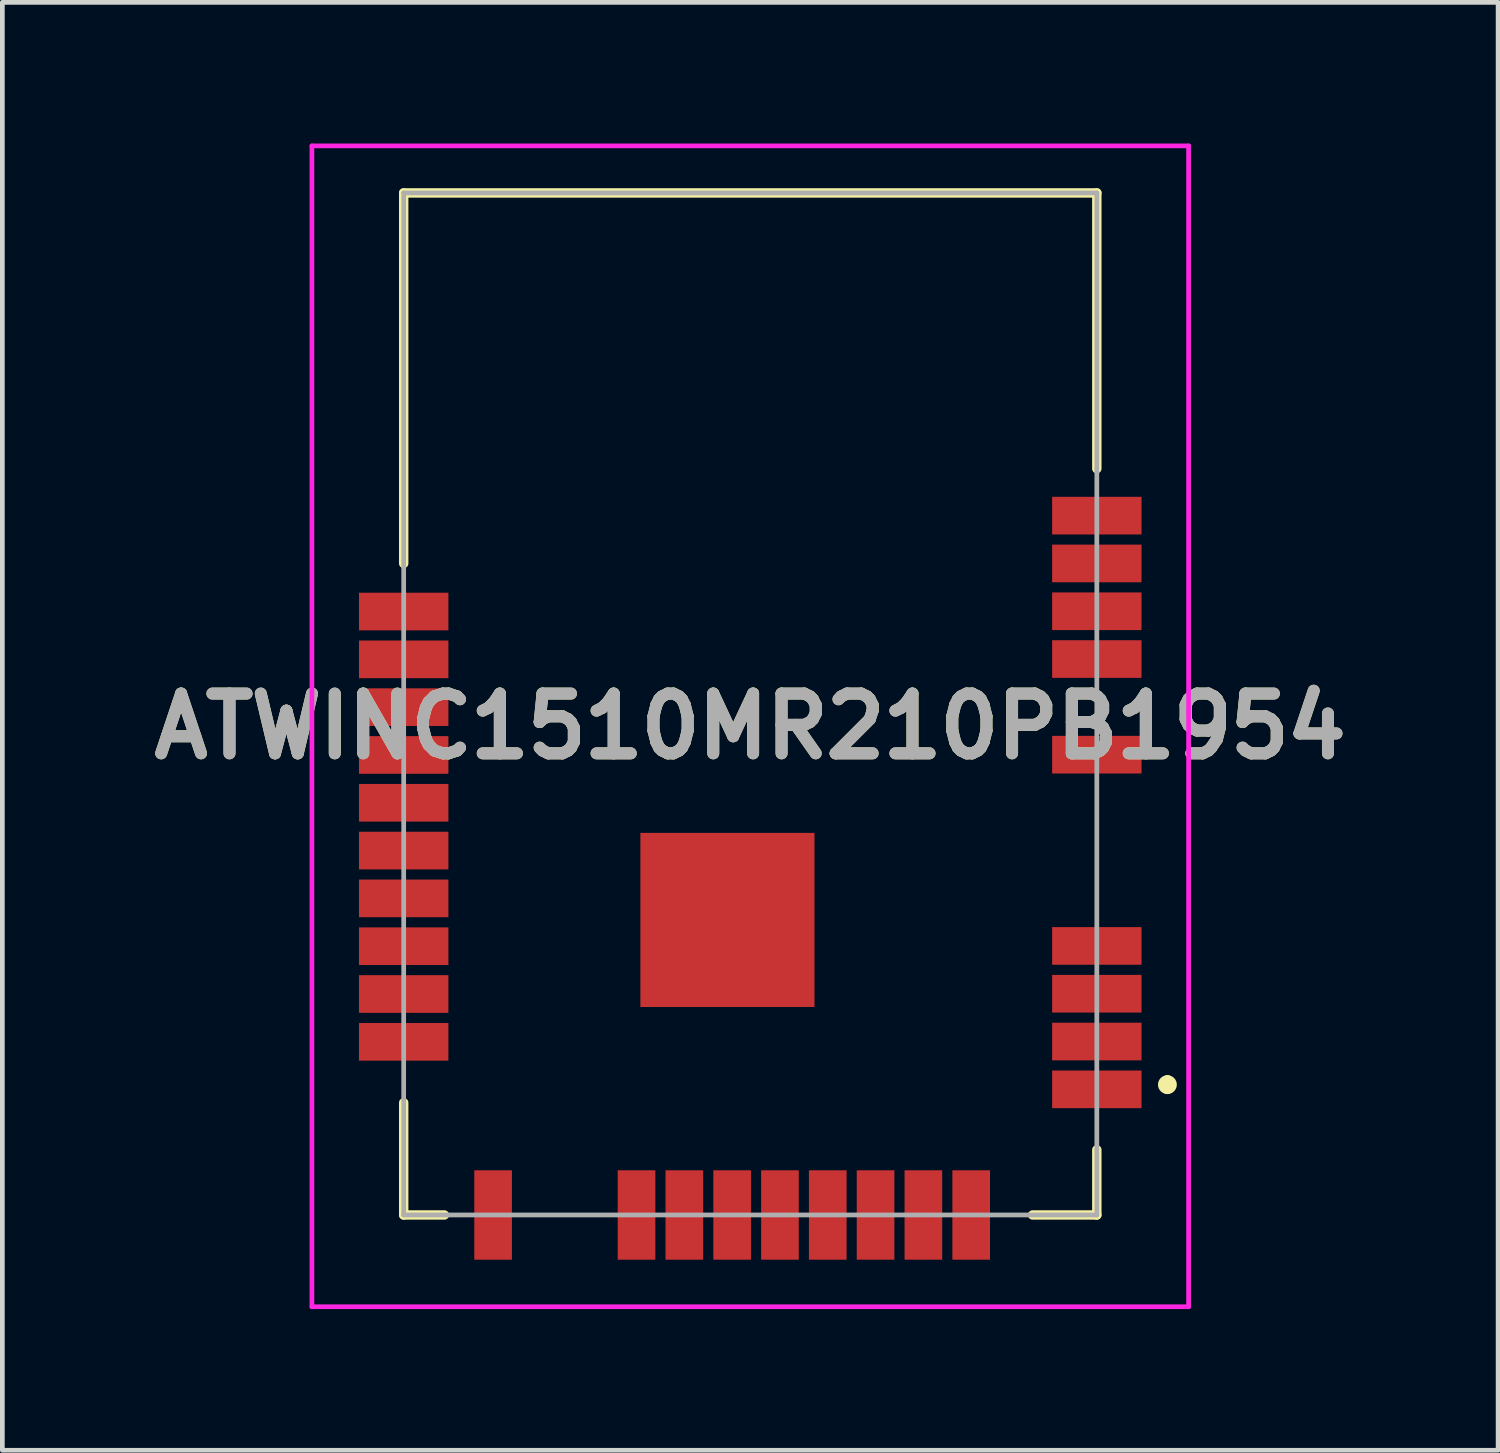
<source format=kicad_pcb>
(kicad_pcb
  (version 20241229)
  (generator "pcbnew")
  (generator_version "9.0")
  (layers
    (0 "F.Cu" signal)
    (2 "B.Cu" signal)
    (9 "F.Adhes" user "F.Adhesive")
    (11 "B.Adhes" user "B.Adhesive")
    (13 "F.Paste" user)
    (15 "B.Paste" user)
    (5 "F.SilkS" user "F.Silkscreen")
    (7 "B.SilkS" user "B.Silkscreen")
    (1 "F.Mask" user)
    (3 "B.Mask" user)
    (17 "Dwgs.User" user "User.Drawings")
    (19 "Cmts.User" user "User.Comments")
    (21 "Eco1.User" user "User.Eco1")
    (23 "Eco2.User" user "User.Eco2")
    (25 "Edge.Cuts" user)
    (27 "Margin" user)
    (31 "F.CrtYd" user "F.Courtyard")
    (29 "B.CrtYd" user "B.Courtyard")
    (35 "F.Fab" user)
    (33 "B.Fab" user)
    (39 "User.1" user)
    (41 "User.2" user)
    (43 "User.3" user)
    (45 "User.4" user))
  (footprint "ATWINC1510MR210PB1954"
    (layer "F.Cu")
    (at 12.894 12.385)
    (property "Reference" "ATWINC1510MR210PB1954" (at 0 0 0) (layer "F.SilkS") (effects (font (size 1.27 1.27) (thickness 0.254))))
    (attr smd)
    (fp_line (start -7.365 -11.335) (end -7.365 -3.461) (stroke (width 0.2) (type solid)) (layer "F.SilkS"))
    (fp_line (start -7.365 10.385) (end -7.365 8) (stroke (width 0.2) (type solid)) (layer "F.SilkS"))
    (fp_line (start -6.5 10.385) (end -7.365 10.385) (stroke (width 0.2) (type solid)) (layer "F.SilkS"))
    (fp_line (start 6 10.385) (end 7.365 10.385) (stroke (width 0.2) (type solid)) (layer "F.SilkS"))
    (fp_line (start 7.365 -11.335) (end -7.365 -11.335) (stroke (width 0.2) (type solid)) (layer "F.SilkS"))
    (fp_line (start 7.365 -5.475) (end 7.365 -11.335) (stroke (width 0.2) (type solid)) (layer "F.SilkS"))
    (fp_line (start 7.365 10.385) (end 7.365 9) (stroke (width 0.2) (type solid)) (layer "F.SilkS"))
    (fp_line (start 8.865 7.515) (end 8.865 7.515) (stroke (width 0.2) (type solid)) (layer "F.SilkS"))
    (fp_line (start 8.865 7.715) (end 8.865 7.715) (stroke (width 0.2) (type solid)) (layer "F.SilkS"))
    (fp_arc (start 8.865 7.515) (mid 8.965 7.615) (end 8.865 7.715) (stroke (width 0.2) (type solid)) (layer "F.SilkS"))
    (fp_arc (start 8.865 7.715) (mid 8.765 7.615) (end 8.865 7.515) (stroke (width 0.2) (type solid)) (layer "F.SilkS"))
    (fp_line (start -9.315 -12.335) (end 9.315 -12.335) (stroke (width 0.1) (type solid)) (layer "F.CrtYd"))
    (fp_line (start -9.315 12.335) (end -9.315 -12.335) (stroke (width 0.1) (type solid)) (layer "F.CrtYd"))
    (fp_line (start 9.315 -12.335) (end 9.315 12.335) (stroke (width 0.1) (type solid)) (layer "F.CrtYd"))
    (fp_line (start 9.315 12.335) (end -9.315 12.335) (stroke (width 0.1) (type solid)) (layer "F.CrtYd"))
    (fp_line (start -7.365 -11.335) (end 7.365 -11.335) (stroke (width 0.1) (type solid)) (layer "F.Fab"))
    (fp_line (start -7.365 10.385) (end -7.365 -11.335) (stroke (width 0.1) (type solid)) (layer "F.Fab"))
    (fp_line (start 7.365 -11.335) (end 7.365 10.385) (stroke (width 0.1) (type solid)) (layer "F.Fab"))
    (fp_line (start 7.365 10.385) (end -7.365 10.385) (stroke (width 0.1) (type solid)) (layer "F.Fab"))
    (fp_text user "${REFERENCE}" (at 0 0 0) (layer "F.Fab") (effects (font (size 1.27 1.27) (thickness 0.254))))
    (pad "1" smd rect (at 7.365 7.715 90) (size 0.8 1.9) (layers "F.Cu" "F.Mask" "F.Paste"))
    (pad "2" smd rect (at 7.365 6.699 90) (size 0.8 1.9) (layers "F.Cu" "F.Mask" "F.Paste"))
    (pad "3" smd rect (at 7.365 5.683 90) (size 0.8 1.9) (layers "F.Cu" "F.Mask" "F.Paste"))
    (pad "4" smd rect (at 7.365 4.667 90) (size 0.8 1.9) (layers "F.Cu" "F.Mask" "F.Paste"))
    (pad "5" smd rect (at 7.365 0.603 90) (size 0.8 1.9) (layers "F.Cu" "F.Mask" "F.Paste"))
    (pad "6" smd rect (at 7.365 -1.429 90) (size 0.8 1.9) (layers "F.Cu" "F.Mask" "F.Paste"))
    (pad "7" smd rect (at 7.365 -2.445 90) (size 0.8 1.9) (layers "F.Cu" "F.Mask" "F.Paste"))
    (pad "8" smd rect (at 7.365 -3.461 90) (size 0.8 1.9) (layers "F.Cu" "F.Mask" "F.Paste"))
    (pad "9" smd rect (at 7.365 -4.477 90) (size 0.8 1.9) (layers "F.Cu" "F.Mask" "F.Paste"))
    (pad "10" smd rect (at -7.365 -2.439 90) (size 0.8 1.9) (layers "F.Cu" "F.Mask" "F.Paste"))
    (pad "11" smd rect (at -7.365 -1.423 90) (size 0.8 1.9) (layers "F.Cu" "F.Mask" "F.Paste"))
    (pad "12" smd rect (at -7.365 -0.407 90) (size 0.8 1.9) (layers "F.Cu" "F.Mask" "F.Paste"))
    (pad "13" smd rect (at -7.365 0.609 90) (size 0.8 1.9) (layers "F.Cu" "F.Mask" "F.Paste"))
    (pad "14" smd rect (at -7.365 1.625 90) (size 0.8 1.9) (layers "F.Cu" "F.Mask" "F.Paste"))
    (pad "15" smd rect (at -7.365 2.641 90) (size 0.8 1.9) (layers "F.Cu" "F.Mask" "F.Paste"))
    (pad "16" smd rect (at -7.365 3.657 90) (size 0.8 1.9) (layers "F.Cu" "F.Mask" "F.Paste"))
    (pad "17" smd rect (at -7.365 4.673 90) (size 0.8 1.9) (layers "F.Cu" "F.Mask" "F.Paste"))
    (pad "18" smd rect (at -7.365 5.689 90) (size 0.8 1.9) (layers "F.Cu" "F.Mask" "F.Paste"))
    (pad "19" smd rect (at -7.365 6.705 90) (size 0.8 1.9) (layers "F.Cu" "F.Mask" "F.Paste"))
    (pad "20" smd rect (at -5.465 10.385) (size 0.8 1.9) (layers "F.Cu" "F.Mask" "F.Paste"))
    (pad "21" smd rect (at -2.417 10.385) (size 0.8 1.9) (layers "F.Cu" "F.Mask" "F.Paste"))
    (pad "22" smd rect (at -1.401 10.385) (size 0.8 1.9) (layers "F.Cu" "F.Mask" "F.Paste"))
    (pad "23" smd rect (at -0.385 10.385) (size 0.8 1.9) (layers "F.Cu" "F.Mask" "F.Paste"))
    (pad "24" smd rect (at 0.631 10.385) (size 0.8 1.9) (layers "F.Cu" "F.Mask" "F.Paste"))
    (pad "25" smd rect (at 1.647 10.385) (size 0.8 1.9) (layers "F.Cu" "F.Mask" "F.Paste"))
    (pad "26" smd rect (at 2.663 10.385) (size 0.8 1.9) (layers "F.Cu" "F.Mask" "F.Paste"))
    (pad "27" smd rect (at 3.679 10.385) (size 0.8 1.9) (layers "F.Cu" "F.Mask" "F.Paste"))
    (pad "28" smd rect (at 4.695 10.385) (size 0.8 1.9) (layers "F.Cu" "F.Mask" "F.Paste"))
    (pad "29" smd rect (at -0.485 4.115 90) (size 3.7 3.7) (layers "F.Cu" "F.Mask" "F.Paste")))
  (gr_rect
    (start -3 -3)
    (end 28.787 27.77)
    (stroke (width 0.1) (type default))
    (fill no)
    (layer "Edge.Cuts")))
</source>
